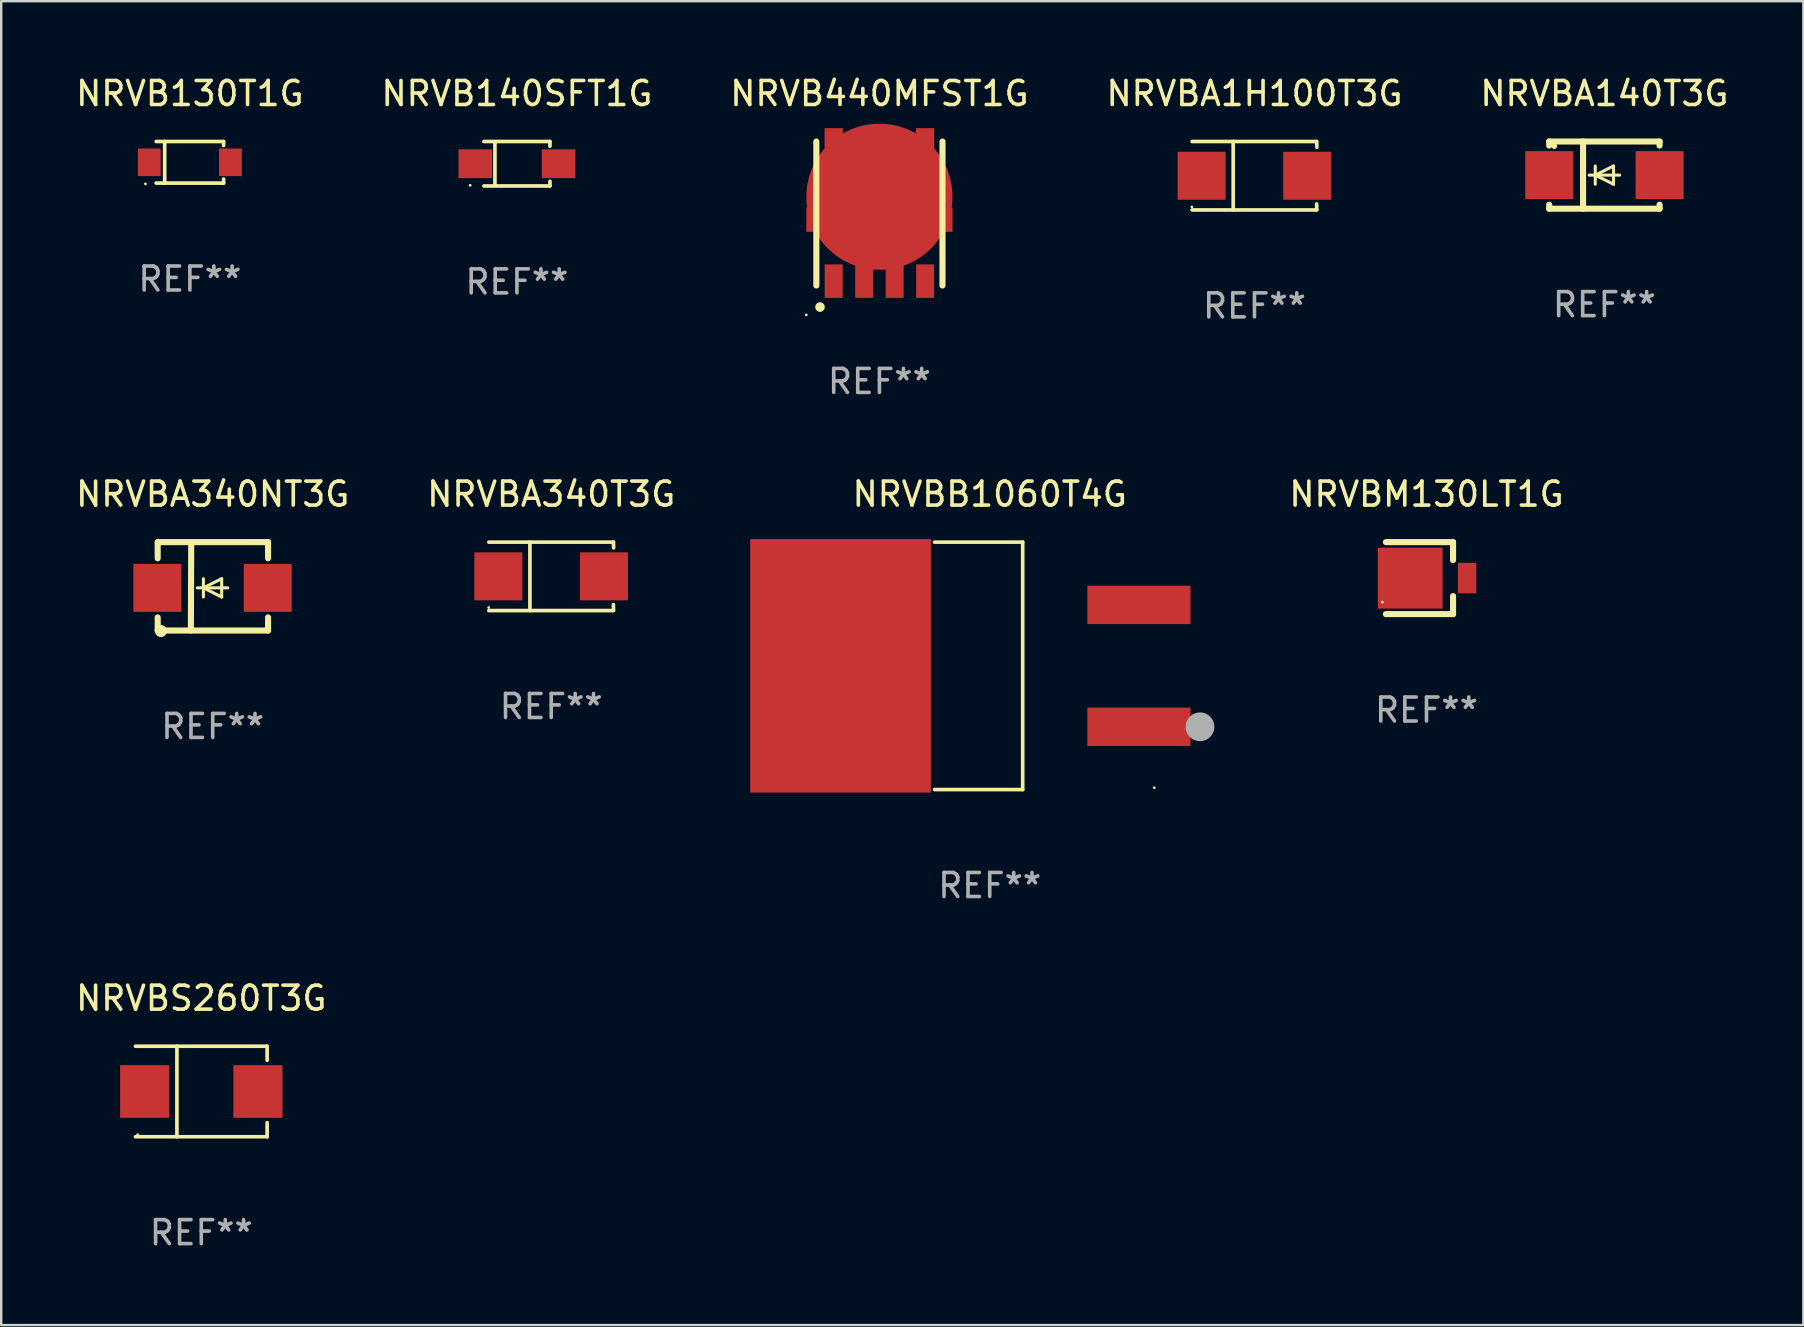
<source format=kicad_pcb>
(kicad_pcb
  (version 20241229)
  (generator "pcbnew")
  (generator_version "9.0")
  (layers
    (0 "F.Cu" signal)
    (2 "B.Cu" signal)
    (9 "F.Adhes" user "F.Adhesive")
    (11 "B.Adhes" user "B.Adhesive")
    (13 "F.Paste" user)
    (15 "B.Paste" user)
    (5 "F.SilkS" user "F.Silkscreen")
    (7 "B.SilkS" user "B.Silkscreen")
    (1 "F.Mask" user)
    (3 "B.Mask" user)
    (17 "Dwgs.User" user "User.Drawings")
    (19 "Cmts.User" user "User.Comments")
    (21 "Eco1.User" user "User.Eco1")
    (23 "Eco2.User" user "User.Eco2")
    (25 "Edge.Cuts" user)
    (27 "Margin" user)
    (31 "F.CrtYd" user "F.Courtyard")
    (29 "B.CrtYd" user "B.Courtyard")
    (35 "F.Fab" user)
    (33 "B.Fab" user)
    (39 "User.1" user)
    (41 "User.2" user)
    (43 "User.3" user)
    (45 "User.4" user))
  (footprint "NRVBA140T3G"
    (layer "F.Cu")
    (at 63.815 4.248)
    (property "Reference" "NRVBA140T3G" (at 0 -3.4 0) (layer "F.SilkS") (effects (font (size 1 1) (thickness 0.15))))
    (attr through_hole)
    (fp_line (start -2.3 -1.4) (end -2.3 -1.231) (stroke (width 0.254) (type solid)) (layer "F.SilkS"))
    (fp_line (start -2.3 -1.4) (end 2.3 -1.4) (stroke (width 0.254) (type solid)) (layer "F.SilkS"))
    (fp_line (start -2.3 1.231) (end -2.3 1.4) (stroke (width 0.254) (type solid)) (layer "F.SilkS"))
    (fp_line (start -2.3 1.4) (end 2.3 1.4) (stroke (width 0.254) (type solid)) (layer "F.SilkS"))
    (fp_line (start -0.889 1.4) (end -0.889 -1.4) (stroke (width 0.254) (type solid)) (layer "F.SilkS"))
    (fp_line (start -0.381 0) (end -0.381 -0.381) (stroke (width 0.127) (type solid)) (layer "F.SilkS"))
    (fp_line (start -0.381 0) (end -0.381 0.381) (stroke (width 0.127) (type solid)) (layer "F.SilkS"))
    (fp_line (start 0.381 -0.381) (end -0.381 0) (stroke (width 0.127) (type solid)) (layer "F.SilkS"))
    (fp_line (start 0.381 0) (end 0.381 -0.381) (stroke (width 0.127) (type solid)) (layer "F.SilkS"))
    (fp_line (start 0.381 0) (end 0.381 0.381) (stroke (width 0.127) (type solid)) (layer "F.SilkS"))
    (fp_line (start 0.381 0.381) (end -0.381 0) (stroke (width 0.127) (type solid)) (layer "F.SilkS"))
    (fp_line (start 0.635 0) (end -0.635 0) (stroke (width 0.127) (type solid)) (layer "F.SilkS"))
    (fp_line (start 2.3 -1.4) (end 2.3 -1.231) (stroke (width 0.254) (type solid)) (layer "F.SilkS"))
    (fp_line (start 2.3 1.231) (end 2.3 1.4) (stroke (width 0.254) (type solid)) (layer "F.SilkS"))
    (fp_circle (center -2.088 -1.208) (end -2.028 -1.208) (stroke (width 0.12) (type solid)) (fill no) (layer "F.SilkS"))
    (fp_text user "REF**" (at 0 5.4 0) (layer "F.Fab") (effects (font (size 1 1) (thickness 0.15))))
    (pad "1" smd rect (at -2.3 0 180) (size 2 2) (layers "F.Cu" "F.Mask" "F.Paste"))
    (pad "2" smd rect (at 2.3 0 180) (size 2 2) (layers "F.Cu" "F.Mask" "F.Paste")))
  (footprint "NRVBA1H100T3G"
    (layer "F.Cu")
    (at 49.232 4.274)
    (property "Reference" "NRVBA1H100T3G" (at 0 -3.426 0) (layer "F.SilkS") (effects (font (size 1 1) (thickness 0.15))))
    (attr through_hole)
    (fp_line (start -2.6 -1.426) (end 2.593 -1.426) (stroke (width 0.152) (type solid)) (layer "F.SilkS"))
    (fp_line (start -2.6 1.426) (end 2.593 1.426) (stroke (width 0.152) (type solid)) (layer "F.SilkS"))
    (fp_line (start -0.887 -1.426) (end -0.887 1.426) (stroke (width 0.152) (type solid)) (layer "F.SilkS"))
    (fp_line (start 2.59 1.176) (end 2.597 1.415) (stroke (width 0.152) (type solid)) (layer "F.SilkS"))
    (fp_line (start 2.593 -1.426) (end 2.6 -1.187) (stroke (width 0.152) (type solid)) (layer "F.SilkS"))
    (fp_circle (center -2.608 1.3) (end -2.578 1.3) (stroke (width 0.06) (type solid)) (fill no) (layer "F.SilkS"))
    (fp_text user "REF**" (at 0 5.426 0) (layer "F.Fab") (effects (font (size 1 1) (thickness 0.15))))
    (pad "1" smd rect (at -2.203 0 180) (size 2 2) (layers "F.Cu" "F.Mask" "F.Paste"))
    (pad "2" smd rect (at 2.197 0 180) (size 2 2) (layers "F.Cu" "F.Mask" "F.Paste")))
  (footprint "NRVBS260T3G"
    (layer "F.Cu")
    (at 5.339 42.439)
    (property "Reference" "NRVBS260T3G" (at 0 -3.886 0) (layer "F.SilkS") (effects (font (size 1 1) (thickness 0.15))))
    (attr through_hole)
    (fp_line (start -2.744 -1.886) (end 2.744 -1.886) (stroke (width 0.152) (type solid)) (layer "F.SilkS"))
    (fp_line (start -2.744 1.886) (end 2.744 1.886) (stroke (width 0.152) (type solid)) (layer "F.SilkS"))
    (fp_line (start -1.016 -1.886) (end -1.016 1.886) (stroke (width 0.152) (type solid)) (layer "F.SilkS"))
    (fp_line (start 2.744 -1.886) (end 2.744 -1.299) (stroke (width 0.152) (type solid)) (layer "F.SilkS"))
    (fp_line (start 2.744 1.886) (end 2.744 1.299) (stroke (width 0.152) (type solid)) (layer "F.SilkS"))
    (fp_circle (center -2.65 1.8) (end -2.62 1.8) (stroke (width 0.06) (type solid)) (fill no) (layer "F.SilkS"))
    (fp_text user "REF**" (at 0 5.886 0) (layer "F.Fab") (effects (font (size 1 1) (thickness 0.15))))
    (pad "1" smd rect (at -2.361 0) (size 2.047 2.192) (layers "F.Cu" "F.Mask" "F.Paste"))
    (pad "2" smd rect (at 2.361 0) (size 2.047 2.192) (layers "F.Cu" "F.Mask" "F.Paste")))
  (footprint "NRVBB1060T4G"
    (layer "F.Cu")
    (at 38.198 24.7)
    (property "Reference" "NRVBB1060T4G" (at 0 -7.156 0) (layer "F.SilkS") (effects (font (size 1 1) (thickness 0.15))))
    (attr through_hole)
    (fp_line (start -2.3 -5.156) (end 1.374 -5.156) (stroke (width 0.152) (type solid)) (layer "F.SilkS"))
    (fp_line (start -2.3 5.156) (end 1.374 5.156) (stroke (width 0.152) (type solid)) (layer "F.SilkS"))
    (fp_line (start 1.374 5.156) (end 1.374 -5.156) (stroke (width 0.152) (type solid)) (layer "F.SilkS"))
    (fp_circle (center 6.858 5.08) (end 6.888 5.08) (stroke (width 0.06) (type solid)) (fill no) (layer "F.SilkS"))
    (fp_circle (center 8.763 2.54) (end 9.063 2.54) (stroke (width 0.6) (type solid)) (fill no) (layer "F.Fab"))
    (fp_text user "REF**" (at 0 9.156 0) (layer "F.Fab") (effects (font (size 1 1) (thickness 0.15))))
    (pad "1" smd rect (at 6.218 2.54 180) (size 4.3 1.6) (layers "F.Cu" "F.Mask" "F.Paste"))
    (pad "2" smd rect (at -6.218 0 180) (size 7.532 10.566) (layers "F.Cu" "F.Mask" "F.Paste"))
    (pad "3" smd rect (at 6.218 -2.54 180) (size 4.3 1.6) (layers "F.Cu" "F.Mask" "F.Paste")))
  (footprint "NRVB140SFT1G"
    (layer "F.Cu")
    (at 18.494 3.774)
    (property "Reference" "NRVB140SFT1G" (at 0 -2.926 0) (layer "F.SilkS") (effects (font (size 1 1) (thickness 0.15))))
    (attr through_hole)
    (fp_line (start -1.376 -0.926) (end 1.376 -0.926) (stroke (width 0.152) (type solid)) (layer "F.SilkS"))
    (fp_line (start -1.376 0.926) (end 1.376 0.926) (stroke (width 0.152) (type solid)) (layer "F.SilkS"))
    (fp_line (start -0.917 -0.876) (end -0.917 0.876) (stroke (width 0.152) (type solid)) (layer "F.SilkS"))
    (fp_line (start 1.376 -0.926) (end 1.376 -0.733) (stroke (width 0.152) (type solid)) (layer "F.SilkS"))
    (fp_line (start 1.376 0.926) (end 1.376 0.733) (stroke (width 0.152) (type solid)) (layer "F.SilkS"))
    (fp_circle (center -1.95 0.9) (end -1.92 0.9) (stroke (width 0.06) (type solid)) (fill no) (layer "F.SilkS"))
    (fp_text user "REF**" (at 0 4.926 0) (layer "F.Fab") (effects (font (size 1 1) (thickness 0.15))))
    (pad "1" smd rect (at -1.735 0) (size 1.4 1.2) (layers "F.Cu" "F.Mask" "F.Paste"))
    (pad "2" smd rect (at 1.735 0) (size 1.4 1.2) (layers "F.Cu" "F.Mask" "F.Paste")))
  (footprint "NRVB440MFST1G"
    (layer "F.Cu")
    (at 33.601 5.848)
    (property "Reference" "NRVB440MFST1G" (at 0 -5 0) (layer "F.SilkS") (effects (font (size 1 1) (thickness 0.15))))
    (attr through_hole)
    (fp_line (start -2.629 3) (end -2.629 -3) (stroke (width 0.254) (type solid)) (layer "F.SilkS"))
    (fp_line (start 2.629 3) (end 2.629 -3) (stroke (width 0.254) (type solid)) (layer "F.SilkS"))
    (fp_arc (start -2.476505 3.901448) (mid -2.476511 3.900178) (end -2.476505 3.898908) (stroke (width 0.398781) (type solid)) (layer "F.SilkS"))
    (fp_circle (center -3.048 4.224) (end -3.018 4.224) (stroke (width 0.06) (type solid)) (fill no) (layer "F.SilkS"))
    (fp_text user "REF**" (at 0 7 0) (layer "F.Fab") (effects (font (size 1 1) (thickness 0.15))))
    (pad "1" smd rect (at -1.905 2.819) (size 0.75 1.397) (layers "F.Cu" "F.Mask" "F.Paste"))
    (pad "2" smd rect (at -0.635 2.819) (size 0.75 1.397) (layers "F.Cu" "F.Mask" "F.Paste"))
    (pad "3" smd rect (at 0.635 2.819) (size 0.75 1.397) (layers "F.Cu" "F.Mask" "F.Paste"))
    (pad "4" smd rect (at 1.905 2.819) (size 0.75 1.397) (layers "F.Cu" "F.Mask" "F.Paste"))
    (pad "5" smd custom (at 0 -0.699) (size 6.096 4.826) (layers "F.Cu" "F.Mask" "F.Paste") (options (anchor circle)) (primitives (gr_poly (pts (xy -3.048 0.445) (xy -2.413 0.445) (xy -2.286 0.445) (xy -2.286 -2.858) (xy -1.524 -2.858) (xy -1.524 -1.969) (xy 1.524 -1.969) (xy 1.524 -2.858) (xy 2.286 -2.858) (xy 2.286 0.445) (xy 3.048 0.445) (xy 3.048 1.461) (xy 2.286 1.461) (xy 2.286 1.969) (xy -2.286 1.969) (xy -2.286 1.461) (xy -3.048 1.461)) (width 0) (fill yes)))))
  (footprint "NRVBA340NT3G"
    (layer "F.Cu")
    (at 5.815 21.386)
    (property "Reference" "NRVBA340NT3G" (at 0 -3.842 0) (layer "F.SilkS") (effects (font (size 1 1) (thickness 0.15))))
    (attr through_hole)
    (fp_line (start -2.293 -1.842) (end -2.293 -1.168) (stroke (width 0.254) (type solid)) (layer "F.SilkS"))
    (fp_line (start -2.293 -1.842) (end 2.307 -1.842) (stroke (width 0.254) (type solid)) (layer "F.SilkS"))
    (fp_line (start -2.293 1.295) (end -2.293 1.842) (stroke (width 0.254) (type solid)) (layer "F.SilkS"))
    (fp_line (start -2.293 1.842) (end 2.307 1.842) (stroke (width 0.254) (type solid)) (layer "F.SilkS"))
    (fp_line (start -0.896 -1.736) (end -0.91 1.842) (stroke (width 0.254) (type solid)) (layer "F.SilkS"))
    (fp_line (start -0.388 0.064) (end -0.388 -0.318) (stroke (width 0.127) (type solid)) (layer "F.SilkS"))
    (fp_line (start -0.388 0.064) (end -0.388 0.445) (stroke (width 0.127) (type solid)) (layer "F.SilkS"))
    (fp_line (start 0.374 -0.318) (end -0.388 0.064) (stroke (width 0.127) (type solid)) (layer "F.SilkS"))
    (fp_line (start 0.374 0.064) (end 0.374 -0.318) (stroke (width 0.127) (type solid)) (layer "F.SilkS"))
    (fp_line (start 0.374 0.064) (end 0.374 0.445) (stroke (width 0.127) (type solid)) (layer "F.SilkS"))
    (fp_line (start 0.374 0.445) (end -0.388 0.064) (stroke (width 0.127) (type solid)) (layer "F.SilkS"))
    (fp_line (start 0.628 0.064) (end -0.642 0.064) (stroke (width 0.127) (type solid)) (layer "F.SilkS"))
    (fp_line (start 2.307 -1.842) (end 2.307 -1.168) (stroke (width 0.254) (type solid)) (layer "F.SilkS"))
    (fp_line (start 2.307 1.295) (end 2.307 1.842) (stroke (width 0.254) (type solid)) (layer "F.SilkS"))
    (fp_circle (center -2.157 1.863) (end -2.03 1.863) (stroke (width 0.254) (type solid)) (fill no) (layer "F.SilkS"))
    (fp_text user "REF**" (at 0 5.842 0) (layer "F.Fab") (effects (font (size 1 1) (thickness 0.15))))
    (pad "1" smd rect (at -2.307 0.064 180) (size 2 2) (layers "F.Cu" "F.Mask" "F.Paste"))
    (pad "2" smd rect (at 2.293 0.064 180) (size 2 2) (layers "F.Cu" "F.Mask" "F.Paste")))
  (footprint "NRVBA340T3G"
    (layer "F.Cu")
    (at 19.923 20.97)
    (property "Reference" "NRVBA340T3G" (at 0 -3.426 0) (layer "F.SilkS") (effects (font (size 1 1) (thickness 0.15))))
    (attr through_hole)
    (fp_line (start -2.6 -1.426) (end 2.593 -1.426) (stroke (width 0.152) (type solid)) (layer "F.SilkS"))
    (fp_line (start -2.6 1.426) (end 2.593 1.426) (stroke (width 0.152) (type solid)) (layer "F.SilkS"))
    (fp_line (start -0.887 -1.426) (end -0.887 1.426) (stroke (width 0.152) (type solid)) (layer "F.SilkS"))
    (fp_line (start 2.59 1.176) (end 2.597 1.415) (stroke (width 0.152) (type solid)) (layer "F.SilkS"))
    (fp_line (start 2.593 -1.426) (end 2.6 -1.187) (stroke (width 0.152) (type solid)) (layer "F.SilkS"))
    (fp_circle (center -2.608 1.3) (end -2.578 1.3) (stroke (width 0.06) (type solid)) (fill no) (layer "F.SilkS"))
    (fp_text user "REF**" (at 0 5.426 0) (layer "F.Fab") (effects (font (size 1 1) (thickness 0.15))))
    (pad "1" smd rect (at -2.203 0 180) (size 2 2) (layers "F.Cu" "F.Mask" "F.Paste"))
    (pad "2" smd rect (at 2.197 0 180) (size 2 2) (layers "F.Cu" "F.Mask" "F.Paste")))
  (footprint "NRVB130T1G"
    (layer "F.Cu")
    (at 4.863 3.714)
    (property "Reference" "NRVB130T1G" (at 0 -2.866 0) (layer "F.SilkS") (effects (font (size 1 1) (thickness 0.15))))
    (attr through_hole)
    (fp_line (start -1.406 -0.866) (end 1.406 -0.866) (stroke (width 0.152) (type solid)) (layer "F.SilkS"))
    (fp_line (start -1.406 0.866) (end 1.406 0.866) (stroke (width 0.152) (type solid)) (layer "F.SilkS"))
    (fp_line (start -1.049 -0.866) (end -1.049 0.866) (stroke (width 0.152) (type solid)) (layer "F.SilkS"))
    (fp_line (start 1.406 -0.866) (end 1.406 -0.698) (stroke (width 0.152) (type solid)) (layer "F.SilkS"))
    (fp_line (start 1.406 0.866) (end 1.406 0.698) (stroke (width 0.152) (type solid)) (layer "F.SilkS"))
    (fp_circle (center -1.851 0.9) (end -1.821 0.9) (stroke (width 0.06) (type solid)) (fill no) (layer "F.SilkS"))
    (fp_text user "REF**" (at 0 4.866 0) (layer "F.Fab") (effects (font (size 1 1) (thickness 0.15))))
    (pad "1" smd rect (at -1.692 0) (size 0.95 1.15) (layers "F.Cu" "F.Mask" "F.Paste"))
    (pad "2" smd rect (at 1.692 0) (size 0.95 1.15) (layers "F.Cu" "F.Mask" "F.Paste")))
  (footprint "NRVBM130LT1G"
    (layer "F.Cu")
    (at 56.401 21.044)
    (property "Reference" "NRVBM130LT1G" (at 0 -3.5 0) (layer "F.SilkS") (effects (font (size 1 1) (thickness 0.15))))
    (attr through_hole)
    (fp_line (start -1.693 -1.5) (end 1.107 -1.5) (stroke (width 0.254) (type solid)) (layer "F.SilkS"))
    (fp_line (start -1.693 1.5) (end 1.107 1.5) (stroke (width 0.254) (type solid)) (layer "F.SilkS"))
    (fp_line (start 1.107 -1.5) (end 1.107 -0.749) (stroke (width 0.254) (type solid)) (layer "F.SilkS"))
    (fp_line (start 1.107 0.748) (end 1.107 1.5) (stroke (width 0.254) (type solid)) (layer "F.SilkS"))
    (fp_circle (center -1.842 1) (end -1.812 1) (stroke (width 0.06) (type solid)) (fill no) (layer "F.SilkS"))
    (fp_text user "REF**" (at 0 5.5 0) (layer "F.Fab") (effects (font (size 1 1) (thickness 0.15))))
    (pad "1" smd rect (at -0.678 0.001) (size 2.7 2.54) (layers "F.Cu" "F.Mask" "F.Paste"))
    (pad "2" smd rect (at 1.693 -0.001) (size 0.77 1.27) (layers "F.Cu" "F.Mask" "F.Paste")))
  (gr_rect
    (start -3 -3)
    (end 72.107 52.174)
    (stroke (width 0.1) (type default))
    (fill no)
    (layer "Edge.Cuts")))
</source>
